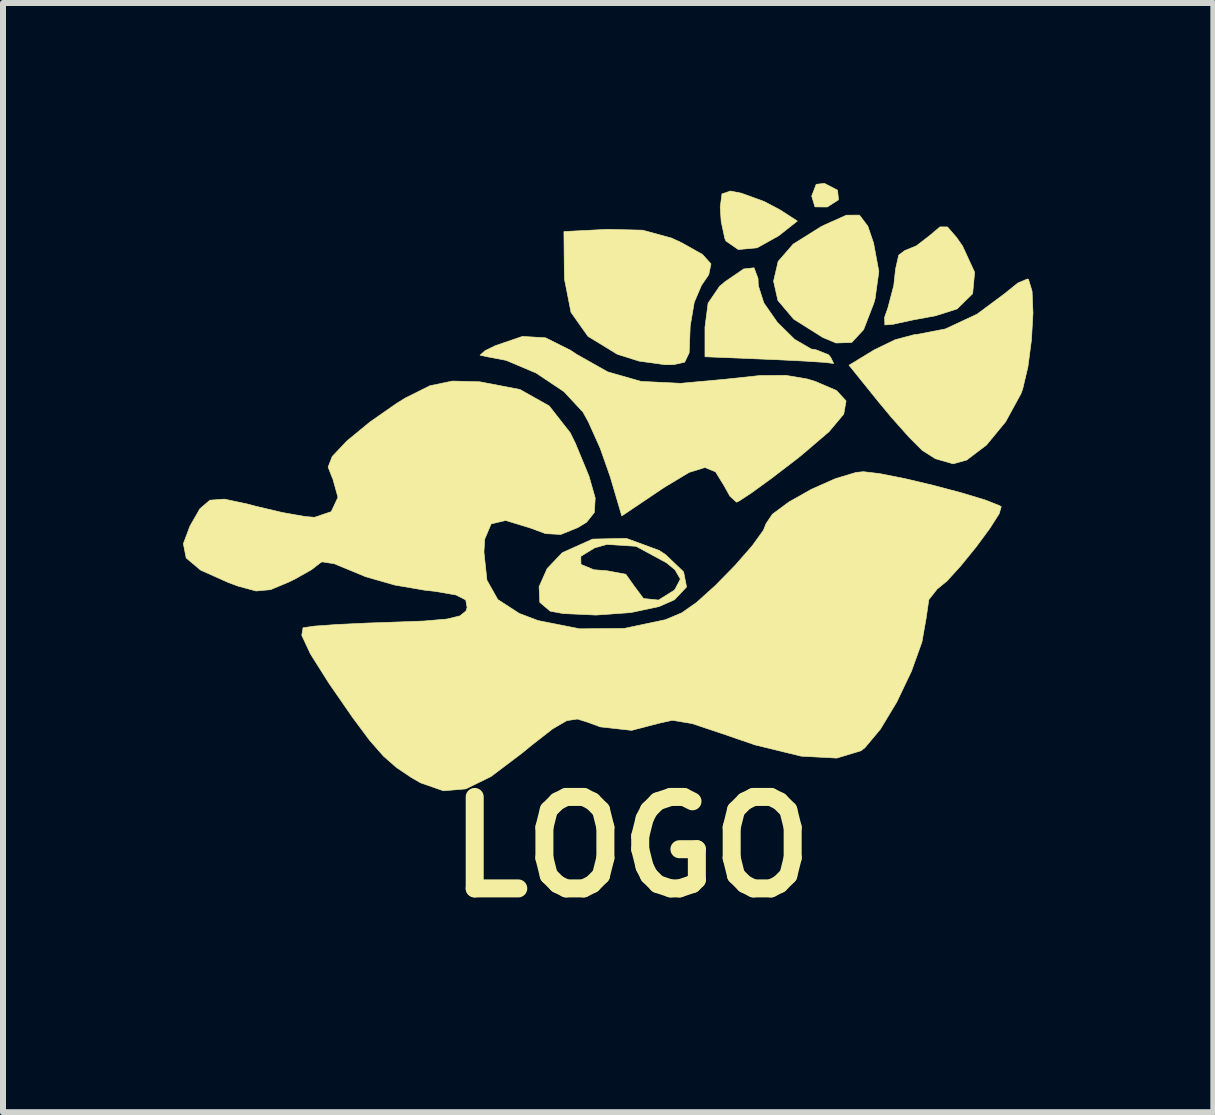
<source format=kicad_pcb>
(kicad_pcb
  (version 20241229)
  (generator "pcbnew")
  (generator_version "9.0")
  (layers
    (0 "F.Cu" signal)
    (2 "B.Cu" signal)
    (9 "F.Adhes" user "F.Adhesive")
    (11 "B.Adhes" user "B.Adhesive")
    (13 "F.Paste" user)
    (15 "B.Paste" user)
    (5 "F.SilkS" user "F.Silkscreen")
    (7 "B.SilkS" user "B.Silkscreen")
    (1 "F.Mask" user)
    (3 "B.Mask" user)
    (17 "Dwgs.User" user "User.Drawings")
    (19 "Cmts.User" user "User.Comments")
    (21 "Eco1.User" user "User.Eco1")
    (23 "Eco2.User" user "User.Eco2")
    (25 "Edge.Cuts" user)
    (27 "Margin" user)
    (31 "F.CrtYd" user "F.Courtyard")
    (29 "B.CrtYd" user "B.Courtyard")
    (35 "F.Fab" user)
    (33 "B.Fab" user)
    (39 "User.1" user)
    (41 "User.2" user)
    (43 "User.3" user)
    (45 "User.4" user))
  (footprint "LOGO"
    (layer "F.Cu")
    (at 7.172 5.063)
    (property "Reference" "LOGO" (at 0.3 6 0) (layer "F.SilkS") (effects (font (size 1.524 1.524) (thickness 0.3))))
    (attr through_hole)
    (fp_poly (pts (xy 3.733 -4.944) (xy 3.749 -4.784) (xy 3.561 -4.664) (xy 3.356 -4.666) (xy 3.302 -4.847) (xy 3.377 -5.042) (xy 3.514 -5.058) (xy 3.733 -4.944)) (stroke (width 0.01) (type solid)) (fill yes) (layer "F.SilkS"))
    (fp_poly (pts (xy 2.127 -4.895) (xy 2.51 -4.756) (xy 2.77 -4.619) (xy 3.063 -4.43) (xy 2.75 -4.183) (xy 2.392 -3.984) (xy 2.079 -3.955) (xy 1.874 -4.097) (xy 1.855 -4.138) (xy 1.794 -4.422) (xy 1.778 -4.66) (xy 1.807 -4.882) (xy 1.948 -4.93) (xy 2.127 -4.895)) (stroke (width 0.01) (type solid)) (fill yes) (layer "F.SilkS"))
    (fp_poly (pts (xy 4.237 -4.345) (xy 4.333 -4.064) (xy 4.421 -3.589) (xy 4.358 -3.134) (xy 4.338 -3.063) (xy 4.167 -2.621) (xy 3.97 -2.407) (xy 3.708 -2.398) (xy 3.486 -2.491) (xy 3.002 -2.796) (xy 2.739 -3.107) (xy 2.667 -3.429) (xy 2.743 -3.757) (xy 2.994 -4.046) (xy 3.456 -4.335) (xy 3.518 -4.366) (xy 3.881 -4.528) (xy 4.098 -4.529) (xy 4.237 -4.345)) (stroke (width 0.01) (type solid)) (fill yes) (layer "F.SilkS"))
    (fp_poly (pts (xy 5.564 -4.332) (xy 5.715 -4.158) (xy 5.816 -4.013) (xy 6.017 -3.577) (xy 5.984 -3.22) (xy 5.725 -2.966) (xy 5.371 -2.853) (xy 4.994 -2.783) (xy 4.697 -2.719) (xy 4.667 -2.711) (xy 4.521 -2.699) (xy 4.517 -2.827) (xy 4.572 -2.984) (xy 4.67 -3.357) (xy 4.699 -3.628) (xy 4.752 -3.862) (xy 4.85 -3.937) (xy 5.046 -4.017) (xy 5.264 -4.185) (xy 5.44 -4.333) (xy 5.564 -4.332)) (stroke (width 0.01) (type solid)) (fill yes) (layer "F.SilkS"))
    (fp_poly (pts (xy 0.486 -4.278) (xy 0.968 -4.146) (xy 1.136 -4.068) (xy 1.483 -3.873) (xy 1.624 -3.716) (xy 1.587 -3.537) (xy 1.465 -3.358) (xy 1.345 -3.076) (xy 1.278 -2.681) (xy 1.274 -2.572) (xy 1.26 -2.233) (xy 1.186 -2.079) (xy 1 -2.037) (xy 0.857 -2.037) (xy 0.427 -2.096) (xy 0.064 -2.21) (xy -0.426 -2.51) (xy -0.708 -2.909) (xy -0.817 -3.462) (xy -0.82 -3.596) (xy -0.826 -4.255) (xy -0.102 -4.292) (xy 0.486 -4.278)) (stroke (width 0.01) (type solid)) (fill yes) (layer "F.SilkS"))
    (fp_poly (pts (xy 2.408 -3.474) (xy 2.413 -3.353) (xy 2.504 -3.067) (xy 2.73 -2.742) (xy 3.017 -2.459) (xy 3.294 -2.298) (xy 3.371 -2.286) (xy 3.582 -2.203) (xy 3.619 -2.159) (xy 3.668 -2.057) (xy 3.659 -2.058) (xy 3.523 -2.075) (xy 3.195 -2.096) (xy 2.738 -2.119) (xy 2.572 -2.126) (xy 1.524 -2.169) (xy 1.524 -2.663) (xy 1.576 -3.062) (xy 1.766 -3.341) (xy 1.859 -3.42) (xy 2.169 -3.632) (xy 2.341 -3.651) (xy 2.408 -3.474)) (stroke (width 0.01) (type solid)) (fill yes) (layer "F.SilkS"))
    (fp_poly (pts (xy 6.914 -3.458) (xy 6.974 -3.262) (xy 6.989 -2.9) (xy 6.964 -2.453) (xy 6.905 -2.002) (xy 6.817 -1.63) (xy 6.788 -1.552) (xy 6.533 -1.085) (xy 6.214 -0.698) (xy 5.885 -0.448) (xy 5.659 -0.385) (xy 5.363 -0.47) (xy 5.144 -0.609) (xy 4.925 -0.828) (xy 4.627 -1.163) (xy 4.407 -1.428) (xy 3.924 -2.028) (xy 4.343 -2.283) (xy 4.696 -2.454) (xy 5.015 -2.538) (xy 5.052 -2.54) (xy 5.531 -2.633) (xy 6.056 -2.878) (xy 6.501 -3.208) (xy 6.739 -3.399) (xy 6.897 -3.465) (xy 6.914 -3.458)) (stroke (width 0.01) (type solid)) (fill yes) (layer "F.SilkS"))
    (fp_poly (pts (xy 0.761 1.058) (xy 0.867 1.128) (xy 1.168 1.415) (xy 1.217 1.667) (xy 1.016 1.88) (xy 0.76 1.993) (xy 0.286 2.094) (xy -0.292 2.135) (xy -0.836 2.11) (xy -1.055 2.07) (xy -1.228 1.923) (xy -1.24 1.663) (xy -1.106 1.361) (xy -0.912 1.157) (xy -0.545 1.157) (xy -0.542 1.291) (xy -0.326 1.38) (xy -0.108 1.397) (xy 0.205 1.455) (xy 0.344 1.651) (xy 0.499 1.859) (xy 0.75 1.885) (xy 1.009 1.723) (xy 1.026 1.703) (xy 1.114 1.536) (xy 1.025 1.381) (xy 0.883 1.264) (xy 0.376 0.989) (xy -0.111 0.958) (xy -0.316 1.016) (xy -0.545 1.157) (xy -0.912 1.157) (xy -0.852 1.095) (xy -0.349 0.869) (xy 0.214 0.857) (xy 0.761 1.058)) (stroke (width 0.01) (type solid)) (fill yes) (layer "F.SilkS"))
    (fp_poly (pts (xy -1.133 -2.485) (xy -0.715 -2.276) (xy -0.618 -2.211) (xy -0.097 -1.917) (xy 0.456 -1.759) (xy 1.111 -1.726) (xy 1.841 -1.792) (xy 2.438 -1.856) (xy 2.872 -1.859) (xy 3.227 -1.799) (xy 3.364 -1.757) (xy 3.716 -1.606) (xy 3.875 -1.433) (xy 3.836 -1.213) (xy 3.591 -0.921) (xy 3.134 -0.53) (xy 3.042 -0.457) (xy 2.632 -0.143) (xy 2.299 0.099) (xy 2.09 0.236) (xy 2.049 0.254) (xy 1.939 0.153) (xy 1.84 -0.024) (xy 1.701 -0.251) (xy 1.523 -0.324) (xy 1.258 -0.241) (xy 0.855 0.001) (xy 0.786 0.047) (xy 0.138 0.483) (xy -0.055 -0.171) (xy -0.221 -0.643) (xy -0.42 -1.087) (xy -0.508 -1.246) (xy -0.826 -1.588) (xy -1.288 -1.897) (xy -1.789 -2.109) (xy -2.095 -2.167) (xy -2.224 -2.195) (xy -2.139 -2.271) (xy -1.968 -2.354) (xy -1.517 -2.508) (xy -1.133 -2.485)) (stroke (width 0.01) (type solid)) (fill yes) (layer "F.SilkS"))
    (fp_poly (pts (xy -2.229 -1.752) (xy -1.56 -1.624) (xy -1.072 -1.35) (xy -0.721 -0.902) (xy -0.632 -0.72) (xy -0.409 -0.18) (xy -0.305 0.185) (xy -0.319 0.425) (xy -0.448 0.588) (xy -0.594 0.677) (xy -0.878 0.792) (xy -1.132 0.778) (xy -1.392 0.682) (xy -1.797 0.559) (xy -2.039 0.616) (xy -2.146 0.87) (xy -2.159 1.084) (xy -2.109 1.554) (xy -1.928 1.876) (xy -1.568 2.109) (xy -1.255 2.227) (xy -0.562 2.364) (xy 0.181 2.357) (xy 0.866 2.212) (xy 1.139 2.097) (xy 1.386 1.923) (xy 1.7 1.64) (xy 2.027 1.306) (xy 2.312 0.98) (xy 2.498 0.722) (xy 2.54 0.614) (xy 2.648 0.454) (xy 2.924 0.25) (xy 3.296 0.04) (xy 3.692 -0.136) (xy 4.039 -0.241) (xy 4.164 -0.254) (xy 4.433 -0.222) (xy 4.845 -0.141) (xy 5.326 -0.027) (xy 5.801 0.099) (xy 6.195 0.218) (xy 6.433 0.312) (xy 6.46 0.33) (xy 6.425 0.448) (xy 6.268 0.694) (xy 6.039 1.004) (xy 5.786 1.315) (xy 5.557 1.567) (xy 5.401 1.695) (xy 5.396 1.697) (xy 5.254 1.878) (xy 5.207 2.198) (xy 5.139 2.584) (xy 4.964 3.072) (xy 4.72 3.583) (xy 4.448 4.035) (xy 4.189 4.345) (xy 4.123 4.396) (xy 3.719 4.518) (xy 3.127 4.486) (xy 2.36 4.299) (xy 1.804 4.108) (xy 1.307 3.942) (xy 0.978 3.888) (xy 0.764 3.936) (xy 0.303 4.056) (xy -0.22 3.998) (xy -0.426 3.922) (xy -0.602 3.867) (xy -0.779 3.894) (xy -1.013 4.03) (xy -1.361 4.301) (xy -1.518 4.43) (xy -2.041 4.825) (xy -2.461 5.031) (xy -2.834 5.063) (xy -3.213 4.931) (xy -3.365 4.844) (xy -3.615 4.676) (xy -3.835 4.483) (xy -4.066 4.219) (xy -4.35 3.837) (xy -4.729 3.289) (xy -4.745 3.265) (xy -5.05 2.782) (xy -5.194 2.473) (xy -5.173 2.347) (xy -4.985 2.319) (xy -4.606 2.292) (xy -4.1 2.268) (xy -3.748 2.256) (xy -3.157 2.234) (xy -2.775 2.201) (xy -2.557 2.148) (xy -2.458 2.066) (xy -2.439 2.01) (xy -2.462 1.883) (xy -2.625 1.8) (xy -2.977 1.739) (xy -3.136 1.722) (xy -3.644 1.635) (xy -4.13 1.496) (xy -4.349 1.405) (xy -4.655 1.279) (xy -4.856 1.248) (xy -4.887 1.266) (xy -5.033 1.38) (xy -5.318 1.54) (xy -5.409 1.584) (xy -5.714 1.712) (xy -5.955 1.734) (xy -6.255 1.653) (xy -6.417 1.593) (xy -6.88 1.386) (xy -7.12 1.184) (xy -7.167 0.946) (xy -7.057 0.652) (xy -6.891 0.363) (xy -6.725 0.221) (xy -6.484 0.203) (xy -6.094 0.286) (xy -5.959 0.322) (xy -5.519 0.426) (xy -5.139 0.493) (xy -4.981 0.506) (xy -4.703 0.412) (xy -4.591 0.173) (xy -4.678 -0.14) (xy -4.685 -0.151) (xy -4.755 -0.331) (xy -4.687 -0.507) (xy -4.451 -0.757) (xy -4.43 -0.776) (xy -4.058 -1.082) (xy -3.615 -1.391) (xy -3.466 -1.483) (xy -3.059 -1.686) (xy -2.683 -1.764) (xy -2.229 -1.752)) (stroke (width 0.01) (type solid)) (fill yes) (layer "F.SilkS")))
  (gr_rect
    (start -3 -3)
    (end 17.166 15.481)
    (stroke (width 0.1) (type default))
    (fill no)
    (layer "Edge.Cuts")))
</source>
